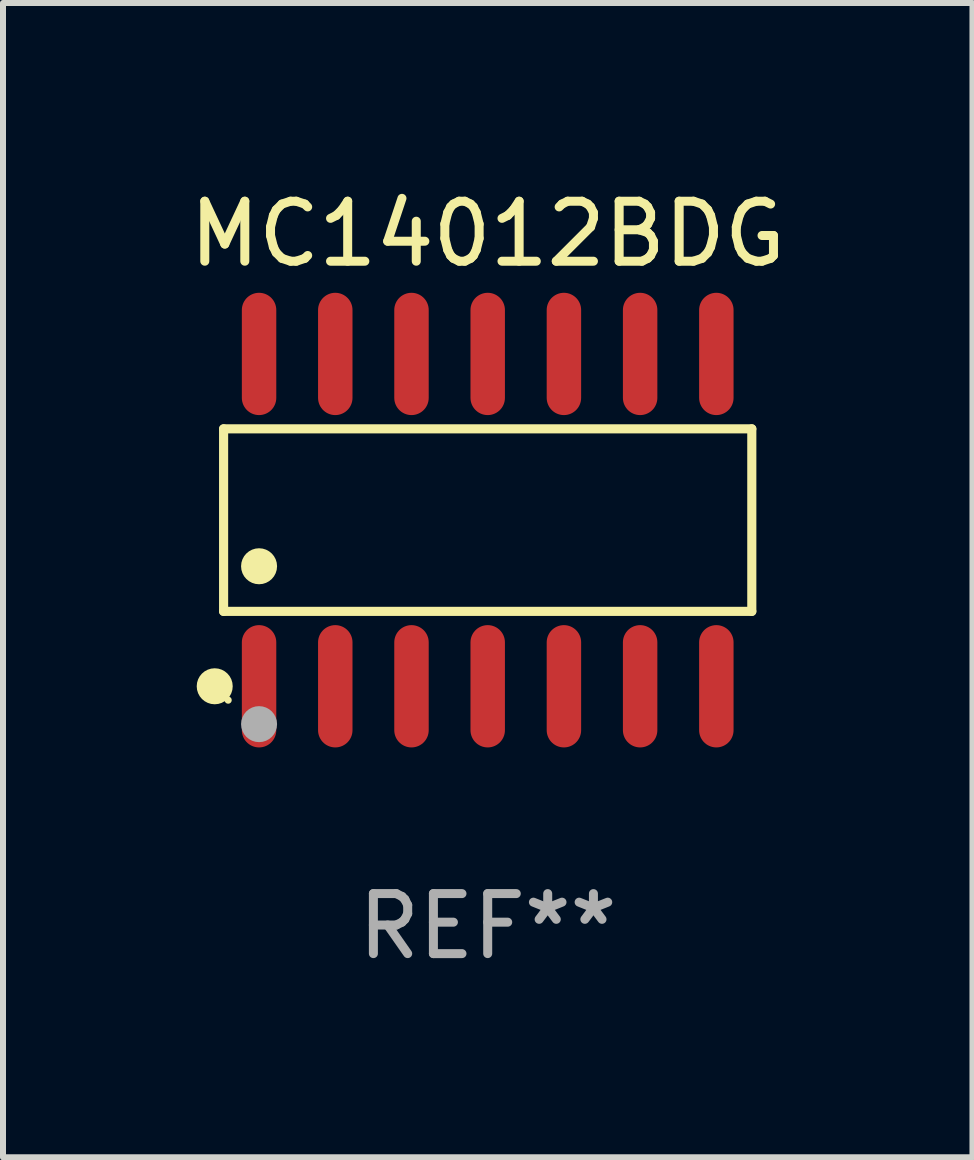
<source format=kicad_pcb>
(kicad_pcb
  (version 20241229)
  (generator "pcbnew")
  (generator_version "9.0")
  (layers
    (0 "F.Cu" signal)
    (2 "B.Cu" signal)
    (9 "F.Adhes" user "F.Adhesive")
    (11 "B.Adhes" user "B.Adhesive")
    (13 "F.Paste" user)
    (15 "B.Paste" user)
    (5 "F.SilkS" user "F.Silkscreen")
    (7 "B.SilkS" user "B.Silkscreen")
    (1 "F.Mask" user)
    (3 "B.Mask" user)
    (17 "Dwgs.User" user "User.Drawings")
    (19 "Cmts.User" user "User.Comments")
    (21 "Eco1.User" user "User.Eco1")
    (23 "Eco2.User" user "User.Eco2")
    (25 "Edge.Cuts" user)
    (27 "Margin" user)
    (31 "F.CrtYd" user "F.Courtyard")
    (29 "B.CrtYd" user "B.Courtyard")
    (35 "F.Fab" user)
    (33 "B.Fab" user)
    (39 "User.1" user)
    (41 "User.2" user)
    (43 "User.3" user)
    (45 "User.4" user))
  (footprint "MC14012BDG"
    (layer "F.Cu")
    (at 5.077 5.617)
    (property "Reference" "MC14012BDG" (at 0 -4.769 0) (layer "F.SilkS") (effects (font (size 1 1) (thickness 0.15))))
    (attr through_hole)
    (fp_line (start -4.401 -1.521) (end 4.401 -1.521) (stroke (width 0.152) (type solid)) (layer "F.SilkS"))
    (fp_line (start -4.401 1.521) (end -4.401 -1.521) (stroke (width 0.152) (type solid)) (layer "F.SilkS"))
    (fp_line (start 4.401 -1.521) (end 4.401 1.521) (stroke (width 0.152) (type solid)) (layer "F.SilkS"))
    (fp_line (start 4.401 1.521) (end -4.401 1.521) (stroke (width 0.152) (type solid)) (layer "F.SilkS"))
    (fp_circle (center -4.549 2.769) (end -4.399 2.769) (stroke (width 0.3) (type solid)) (fill no) (layer "F.SilkS"))
    (fp_circle (center -4.325 3) (end -4.295 3) (stroke (width 0.06) (type solid)) (fill no) (layer "F.SilkS"))
    (fp_circle (center -3.81 0.769) (end -3.66 0.769) (stroke (width 0.3) (type solid)) (fill no) (layer "F.SilkS"))
    (fp_circle (center -3.81 3.4) (end -3.66 3.4) (stroke (width 0.3) (type solid)) (fill no) (layer "F.Fab"))
    (fp_text user "REF**" (at 0 6.769 0) (layer "F.Fab") (effects (font (size 1 1) (thickness 0.15))))
    (pad "1" smd oval (at -3.81 2.769) (size 0.574 2.038) (layers "F.Cu" "F.Mask" "F.Paste"))
    (pad "2" smd oval (at -2.54 2.769) (size 0.574 2.038) (layers "F.Cu" "F.Mask" "F.Paste"))
    (pad "3" smd oval (at -1.27 2.769) (size 0.574 2.038) (layers "F.Cu" "F.Mask" "F.Paste"))
    (pad "4" smd oval (at 0 2.769) (size 0.574 2.038) (layers "F.Cu" "F.Mask" "F.Paste"))
    (pad "5" smd oval (at 1.27 2.769) (size 0.574 2.038) (layers "F.Cu" "F.Mask" "F.Paste"))
    (pad "6" smd oval (at 2.54 2.769) (size 0.574 2.038) (layers "F.Cu" "F.Mask" "F.Paste"))
    (pad "7" smd oval (at 3.81 2.769) (size 0.574 2.038) (layers "F.Cu" "F.Mask" "F.Paste"))
    (pad "8" smd oval (at 3.81 -2.769) (size 0.574 2.038) (layers "F.Cu" "F.Mask" "F.Paste"))
    (pad "9" smd oval (at 2.54 -2.769) (size 0.574 2.038) (layers "F.Cu" "F.Mask" "F.Paste"))
    (pad "10" smd oval (at 1.27 -2.769) (size 0.574 2.038) (layers "F.Cu" "F.Mask" "F.Paste"))
    (pad "11" smd oval (at 0 -2.769) (size 0.574 2.038) (layers "F.Cu" "F.Mask" "F.Paste"))
    (pad "12" smd oval (at -1.27 -2.769) (size 0.574 2.038) (layers "F.Cu" "F.Mask" "F.Paste"))
    (pad "13" smd oval (at -2.54 -2.769) (size 0.574 2.038) (layers "F.Cu" "F.Mask" "F.Paste"))
    (pad "14" smd oval (at -3.81 -2.769) (size 0.574 2.038) (layers "F.Cu" "F.Mask" "F.Paste")))
  (gr_rect
    (start -3 -3)
    (end 13.155 16.235)
    (stroke (width 0.1) (type default))
    (fill no)
    (layer "Edge.Cuts")))
</source>
